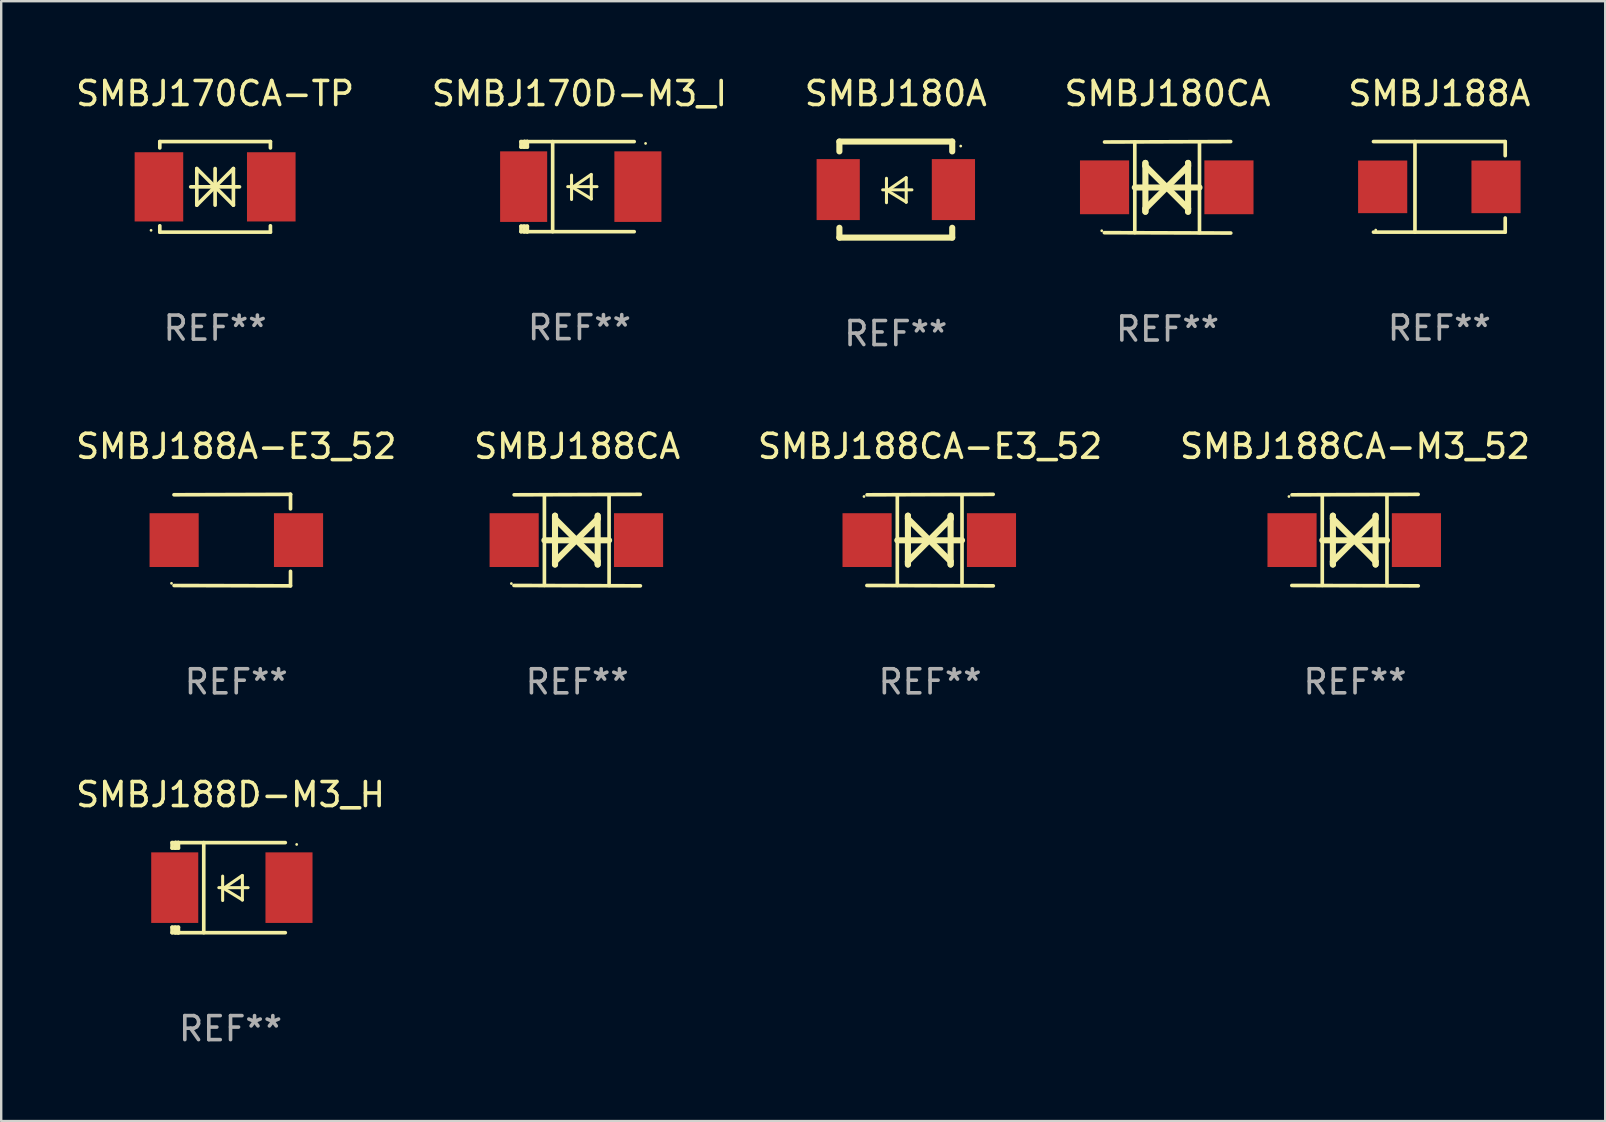
<source format=kicad_pcb>
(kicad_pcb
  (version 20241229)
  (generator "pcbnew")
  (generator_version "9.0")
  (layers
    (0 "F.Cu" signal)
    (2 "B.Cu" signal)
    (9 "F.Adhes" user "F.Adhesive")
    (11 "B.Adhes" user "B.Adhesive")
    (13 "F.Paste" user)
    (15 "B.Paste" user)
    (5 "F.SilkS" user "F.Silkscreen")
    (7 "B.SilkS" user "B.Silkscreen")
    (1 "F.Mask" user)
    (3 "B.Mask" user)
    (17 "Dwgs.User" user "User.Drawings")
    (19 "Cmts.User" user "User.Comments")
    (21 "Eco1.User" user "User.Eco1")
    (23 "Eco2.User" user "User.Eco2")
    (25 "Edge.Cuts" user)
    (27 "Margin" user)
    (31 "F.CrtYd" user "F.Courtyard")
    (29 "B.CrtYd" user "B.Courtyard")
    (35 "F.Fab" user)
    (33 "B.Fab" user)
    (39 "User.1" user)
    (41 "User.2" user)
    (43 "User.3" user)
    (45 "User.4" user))
  (footprint "SMBJ180CA"
    (layer "F.Cu")
    (at 45.589 4.753)
    (property "Reference" "SMBJ180CA" (at 0 -3.905 0) (layer "F.SilkS") (effects (font (size 1 1) (thickness 0.15))))
    (attr through_hole)
    (fp_line (start -1.365 1.886) (end -1.365 -1.886) (stroke (width 0.152) (type solid)) (layer "F.SilkS"))
    (fp_line (start -1.365 0.008) (end 1.33 0.008) (stroke (width 0.254) (type solid)) (layer "F.SilkS"))
    (fp_line (start -0.923 -1.016) (end -0.923 1.016) (stroke (width 0.254) (type solid)) (layer "F.SilkS"))
    (fp_line (start -0.923 -0.889) (end -0.923 -1.016) (stroke (width 0.254) (type solid)) (layer "F.SilkS"))
    (fp_line (start -0.923 0.889) (end -0.034 0) (stroke (width 0.254) (type solid)) (layer "F.SilkS"))
    (fp_line (start -0.923 1.016) (end -0.923 0.889) (stroke (width 0.254) (type solid)) (layer "F.SilkS"))
    (fp_line (start -0.034 0) (end -0.923 -0.889) (stroke (width 0.254) (type solid)) (layer "F.SilkS"))
    (fp_line (start -0.034 0) (end 0.855 0.889) (stroke (width 0.254) (type solid)) (layer "F.SilkS"))
    (fp_line (start 0.855 -1.016) (end 0.855 -0.889) (stroke (width 0.254) (type solid)) (layer "F.SilkS"))
    (fp_line (start 0.855 -0.889) (end -0.034 0) (stroke (width 0.254) (type solid)) (layer "F.SilkS"))
    (fp_line (start 0.855 0.889) (end 0.855 1.016) (stroke (width 0.254) (type solid)) (layer "F.SilkS"))
    (fp_line (start 0.855 1.016) (end 0.855 -1.016) (stroke (width 0.254) (type solid)) (layer "F.SilkS"))
    (fp_line (start 1.33 1.886) (end 1.33 -1.886) (stroke (width 0.152) (type solid)) (layer "F.SilkS"))
    (fp_line (start 2.629 -1.905) (end -2.625 -1.887) (stroke (width 0.152) (type solid)) (layer "F.SilkS"))
    (fp_line (start 2.633 1.905) (end -2.633 1.89) (stroke (width 0.152) (type solid)) (layer "F.SilkS"))
    (fp_circle (center -2.741 1.81) (end -2.711 1.81) (stroke (width 0.06) (type solid)) (fill no) (layer "F.SilkS"))
    (fp_text user "REF**" (at 0 5.905 0) (layer "F.Fab") (effects (font (size 1 1) (thickness 0.15))))
    (pad "1" smd rect (at -2.625 0) (size 2.047 2.241) (layers "F.Cu" "F.Mask" "F.Paste"))
    (pad "2" smd rect (at 2.557 0) (size 2.047 2.241) (layers "F.Cu" "F.Mask" "F.Paste")))
  (footprint "SMBJ188A-E3_52"
    (layer "F.Cu")
    (at 6.792 19.45)
    (property "Reference" "SMBJ188A-E3_52" (at 0 -3.905 0) (layer "F.SilkS") (effects (font (size 1 1) (thickness 0.15))))
    (attr through_hole)
    (fp_line (start 2.256 -1.905) (end -2.594 -1.889) (stroke (width 0.152) (type solid)) (layer "F.SilkS"))
    (fp_line (start 2.256 -1.905) (end 2.26 -1.905) (stroke (width 0.152) (type solid)) (layer "F.SilkS"))
    (fp_line (start 2.26 -1.905) (end 2.26 -1.301) (stroke (width 0.152) (type solid)) (layer "F.SilkS"))
    (fp_line (start 2.26 1.301) (end 2.26 1.905) (stroke (width 0.152) (type solid)) (layer "F.SilkS"))
    (fp_line (start 2.26 1.905) (end -2.59 1.892) (stroke (width 0.152) (type solid)) (layer "F.SilkS"))
    (fp_circle (center -2.697 1.8) (end -2.667 1.8) (stroke (width 0.06) (type solid)) (fill no) (layer "F.SilkS"))
    (fp_text user "REF**" (at 0 5.905 0) (layer "F.Fab") (effects (font (size 1 1) (thickness 0.15))))
    (pad "1" smd rect (at -2.588 0) (size 2.047 2.241) (layers "F.Cu" "F.Mask" "F.Paste"))
    (pad "2" smd rect (at 2.594 0) (size 2.047 2.241) (layers "F.Cu" "F.Mask" "F.Paste")))
  (footprint "SMBJ188CA-E3_52"
    (layer "F.Cu")
    (at 35.696 19.45)
    (property "Reference" "SMBJ188CA-E3_52" (at 0 -3.905 0) (layer "F.SilkS") (effects (font (size 1 1) (thickness 0.15))))
    (attr through_hole)
    (fp_line (start -1.365 1.886) (end -1.365 -1.886) (stroke (width 0.152) (type solid)) (layer "F.SilkS"))
    (fp_line (start -1.365 0.008) (end 1.33 0.008) (stroke (width 0.254) (type solid)) (layer "F.SilkS"))
    (fp_line (start -0.923 -1.016) (end -0.923 1.016) (stroke (width 0.254) (type solid)) (layer "F.SilkS"))
    (fp_line (start -0.923 -0.889) (end -0.923 -1.016) (stroke (width 0.254) (type solid)) (layer "F.SilkS"))
    (fp_line (start -0.923 0.889) (end -0.034 0) (stroke (width 0.254) (type solid)) (layer "F.SilkS"))
    (fp_line (start -0.923 1.016) (end -0.923 0.889) (stroke (width 0.254) (type solid)) (layer "F.SilkS"))
    (fp_line (start -0.034 0) (end -0.923 -0.889) (stroke (width 0.254) (type solid)) (layer "F.SilkS"))
    (fp_line (start -0.034 0) (end 0.855 0.889) (stroke (width 0.254) (type solid)) (layer "F.SilkS"))
    (fp_line (start 0.855 -1.016) (end 0.855 -0.889) (stroke (width 0.254) (type solid)) (layer "F.SilkS"))
    (fp_line (start 0.855 -0.889) (end -0.034 0) (stroke (width 0.254) (type solid)) (layer "F.SilkS"))
    (fp_line (start 0.855 0.889) (end 0.855 1.016) (stroke (width 0.254) (type solid)) (layer "F.SilkS"))
    (fp_line (start 0.855 1.016) (end 0.855 -1.016) (stroke (width 0.254) (type solid)) (layer "F.SilkS"))
    (fp_line (start 1.33 1.886) (end 1.33 -1.886) (stroke (width 0.152) (type solid)) (layer "F.SilkS"))
    (fp_line (start 2.629 -1.905) (end -2.625 -1.887) (stroke (width 0.152) (type solid)) (layer "F.SilkS"))
    (fp_line (start 2.633 1.905) (end -2.633 1.89) (stroke (width 0.152) (type solid)) (layer "F.SilkS"))
    (fp_circle (center -2.753 -1.816) (end -2.723 -1.816) (stroke (width 0.06) (type solid)) (fill no) (layer "F.SilkS"))
    (fp_text user "REF**" (at 0 5.905 0) (layer "F.Fab") (effects (font (size 1 1) (thickness 0.15))))
    (pad "1" smd rect (at -2.625 0) (size 2.047 2.241) (layers "F.Cu" "F.Mask" "F.Paste"))
    (pad "2" smd rect (at 2.557 0) (size 2.047 2.241) (layers "F.Cu" "F.Mask" "F.Paste")))
  (footprint "SMBJ170D-M3_I"
    (layer "F.Cu")
    (at 21.089 4.725)
    (property "Reference" "SMBJ170D-M3_I" (at 0 -3.876 0) (layer "F.SilkS") (effects (font (size 1 1) (thickness 0.15))))
    (attr through_hole)
    (fp_line (start -2.435 1.65) (end -2.171 1.65) (stroke (width 0.152) (type solid)) (layer "F.SilkS"))
    (fp_line (start -2.435 1.876) (end -2.435 1.65) (stroke (width 0.152) (type solid)) (layer "F.SilkS"))
    (fp_line (start -2.435 -1.876) (end -2.171 -1.876) (stroke (width 0.152) (type solid)) (layer "F.SilkS"))
    (fp_line (start -2.435 -1.65) (end -2.435 -1.876) (stroke (width 0.152) (type solid)) (layer "F.SilkS"))
    (fp_line (start -2.305 -1.866) (end -2.295 -1.876) (stroke (width 0.152) (type solid)) (layer "F.SilkS"))
    (fp_line (start -2.305 -1.65) (end -2.305 -1.866) (stroke (width 0.152) (type solid)) (layer "F.SilkS"))
    (fp_line (start -2.305 1.876) (end -2.305 1.65) (stroke (width 0.152) (type solid)) (layer "F.SilkS"))
    (fp_line (start -2.295 -1.876) (end -2.295 -1.65) (stroke (width 0.152) (type solid)) (layer "F.SilkS"))
    (fp_line (start -2.171 1.876) (end -2.435 1.876) (stroke (width 0.152) (type solid)) (layer "F.SilkS"))
    (fp_line (start -2.171 -1.65) (end -2.435 -1.65) (stroke (width 0.152) (type solid)) (layer "F.SilkS"))
    (fp_line (start -2.171 -1.876) (end -2.295 -1.876) (stroke (width 0.152) (type solid)) (layer "F.SilkS"))
    (fp_line (start -2.171 -1.65) (end -2.171 -1.876) (stroke (width 0.152) (type solid)) (layer "F.SilkS"))
    (fp_line (start -2.171 1.876) (end -2.305 1.876) (stroke (width 0.152) (type solid)) (layer "F.SilkS"))
    (fp_line (start -2.171 1.876) (end -2.171 1.65) (stroke (width 0.152) (type solid)) (layer "F.SilkS"))
    (fp_line (start -1.116 1.876) (end -1.116 -1.876) (stroke (width 0.152) (type solid)) (layer "F.SilkS"))
    (fp_line (start -0.488 0.000102) (end 0.731 0.000102) (stroke (width 0.127) (type solid)) (layer "F.SilkS"))
    (fp_line (start -0.329 -0.48) (end -0.329 0.536) (stroke (width 0.127) (type solid)) (layer "F.SilkS"))
    (fp_line (start -0.29 0.03) (end 0.493 0.51) (stroke (width 0.127) (type solid)) (layer "F.SilkS"))
    (fp_line (start 0.493 -0.51) (end -0.29 0.03) (stroke (width 0.127) (type solid)) (layer "F.SilkS"))
    (fp_line (start 0.493 0.52) (end 0.493 -0.496) (stroke (width 0.127) (type solid)) (layer "F.SilkS"))
    (fp_line (start 2.281 -1.876) (end -2.171 -1.876) (stroke (width 0.152) (type solid)) (layer "F.SilkS"))
    (fp_line (start 2.281 1.876) (end -2.171 1.876) (stroke (width 0.152) (type solid)) (layer "F.SilkS"))
    (fp_circle (center 2.755 -1.8) (end 2.785 -1.8) (stroke (width 0.06) (type solid)) (fill no) (layer "F.SilkS"))
    (fp_text user "REF**" (at 0 5.876 0) (layer "F.Fab") (effects (font (size 1 1) (thickness 0.15))))
    (pad "1" smd rect (at 2.435 -0.000025 180) (size 1.96 2.94) (layers "F.Cu" "F.Mask" "F.Paste"))
    (pad "2" smd rect (at -2.325 -0.000025 180) (size 1.96 2.94) (layers "F.Cu" "F.Mask" "F.Paste")))
  (footprint "SMBJ188A"
    (layer "F.Cu")
    (at 56.911 4.734)
    (property "Reference" "SMBJ188A" (at 0 -3.886 0) (layer "F.SilkS") (effects (font (size 1 1) (thickness 0.15))))
    (attr through_hole)
    (fp_line (start -2.744 -1.886) (end 2.744 -1.886) (stroke (width 0.152) (type solid)) (layer "F.SilkS"))
    (fp_line (start -2.744 1.886) (end 2.744 1.886) (stroke (width 0.152) (type solid)) (layer "F.SilkS"))
    (fp_line (start -1.016 -1.886) (end -1.016 1.886) (stroke (width 0.152) (type solid)) (layer "F.SilkS"))
    (fp_line (start 2.744 -1.886) (end 2.744 -1.299) (stroke (width 0.152) (type solid)) (layer "F.SilkS"))
    (fp_line (start 2.744 1.886) (end 2.744 1.299) (stroke (width 0.152) (type solid)) (layer "F.SilkS"))
    (fp_circle (center -2.65 1.8) (end -2.62 1.8) (stroke (width 0.06) (type solid)) (fill no) (layer "F.SilkS"))
    (fp_text user "REF**" (at 0 5.886 0) (layer "F.Fab") (effects (font (size 1 1) (thickness 0.15))))
    (pad "1" smd rect (at -2.361 0) (size 2.047 2.192) (layers "F.Cu" "F.Mask" "F.Paste"))
    (pad "2" smd rect (at 2.361 0) (size 2.047 2.192) (layers "F.Cu" "F.Mask" "F.Paste")))
  (footprint "SMBJ188D-M3_H"
    (layer "F.Cu")
    (at 6.554 33.928)
    (property "Reference" "SMBJ188D-M3_H" (at 0 -3.876 0) (layer "F.SilkS") (effects (font (size 1 1) (thickness 0.15))))
    (attr through_hole)
    (fp_line (start -2.435 1.65) (end -2.171 1.65) (stroke (width 0.152) (type solid)) (layer "F.SilkS"))
    (fp_line (start -2.435 1.876) (end -2.435 1.65) (stroke (width 0.152) (type solid)) (layer "F.SilkS"))
    (fp_line (start -2.435 -1.876) (end -2.171 -1.876) (stroke (width 0.152) (type solid)) (layer "F.SilkS"))
    (fp_line (start -2.435 -1.65) (end -2.435 -1.876) (stroke (width 0.152) (type solid)) (layer "F.SilkS"))
    (fp_line (start -2.305 -1.866) (end -2.295 -1.876) (stroke (width 0.152) (type solid)) (layer "F.SilkS"))
    (fp_line (start -2.305 -1.65) (end -2.305 -1.866) (stroke (width 0.152) (type solid)) (layer "F.SilkS"))
    (fp_line (start -2.305 1.876) (end -2.305 1.65) (stroke (width 0.152) (type solid)) (layer "F.SilkS"))
    (fp_line (start -2.295 -1.876) (end -2.295 -1.65) (stroke (width 0.152) (type solid)) (layer "F.SilkS"))
    (fp_line (start -2.171 1.876) (end -2.435 1.876) (stroke (width 0.152) (type solid)) (layer "F.SilkS"))
    (fp_line (start -2.171 -1.65) (end -2.435 -1.65) (stroke (width 0.152) (type solid)) (layer "F.SilkS"))
    (fp_line (start -2.171 -1.876) (end -2.295 -1.876) (stroke (width 0.152) (type solid)) (layer "F.SilkS"))
    (fp_line (start -2.171 -1.65) (end -2.171 -1.876) (stroke (width 0.152) (type solid)) (layer "F.SilkS"))
    (fp_line (start -2.171 1.876) (end -2.305 1.876) (stroke (width 0.152) (type solid)) (layer "F.SilkS"))
    (fp_line (start -2.171 1.876) (end -2.171 1.65) (stroke (width 0.152) (type solid)) (layer "F.SilkS"))
    (fp_line (start -1.116 1.876) (end -1.116 -1.876) (stroke (width 0.152) (type solid)) (layer "F.SilkS"))
    (fp_line (start -0.488 0.000102) (end 0.731 0.000102) (stroke (width 0.127) (type solid)) (layer "F.SilkS"))
    (fp_line (start -0.329 -0.48) (end -0.329 0.536) (stroke (width 0.127) (type solid)) (layer "F.SilkS"))
    (fp_line (start -0.29 0.03) (end 0.493 0.51) (stroke (width 0.127) (type solid)) (layer "F.SilkS"))
    (fp_line (start 0.493 -0.51) (end -0.29 0.03) (stroke (width 0.127) (type solid)) (layer "F.SilkS"))
    (fp_line (start 0.493 0.52) (end 0.493 -0.496) (stroke (width 0.127) (type solid)) (layer "F.SilkS"))
    (fp_line (start 2.281 -1.876) (end -2.171 -1.876) (stroke (width 0.152) (type solid)) (layer "F.SilkS"))
    (fp_line (start 2.281 1.876) (end -2.171 1.876) (stroke (width 0.152) (type solid)) (layer "F.SilkS"))
    (fp_circle (center 2.755 -1.8) (end 2.785 -1.8) (stroke (width 0.06) (type solid)) (fill no) (layer "F.SilkS"))
    (fp_text user "REF**" (at 0 5.876 0) (layer "F.Fab") (effects (font (size 1 1) (thickness 0.15))))
    (pad "1" smd rect (at 2.435 -0.000025 180) (size 1.96 2.94) (layers "F.Cu" "F.Mask" "F.Paste"))
    (pad "2" smd rect (at -2.325 -0.000025 180) (size 1.96 2.94) (layers "F.Cu" "F.Mask" "F.Paste")))
  (footprint "SMBJ170CA-TP"
    (layer "F.Cu")
    (at 5.911 4.734)
    (property "Reference" "SMBJ170CA-TP" (at 0 -3.886 0) (layer "F.SilkS") (effects (font (size 1 1) (thickness 0.15))))
    (attr through_hole)
    (fp_line (start -2.304 -1.886) (end -2.304 -1.622) (stroke (width 0.152) (type solid)) (layer "F.SilkS"))
    (fp_line (start -2.304 -1.886) (end 2.304 -1.886) (stroke (width 0.152) (type solid)) (layer "F.SilkS"))
    (fp_line (start -2.304 1.622) (end -2.304 1.886) (stroke (width 0.152) (type solid)) (layer "F.SilkS"))
    (fp_line (start -2.304 1.886) (end 2.304 1.886) (stroke (width 0.152) (type solid)) (layer "F.SilkS"))
    (fp_line (start -1.016 0) (end 1.016 0) (stroke (width 0.152) (type solid)) (layer "F.SilkS"))
    (fp_line (start -0.762 -0.762) (end -0.762 0.762) (stroke (width 0.152) (type solid)) (layer "F.SilkS"))
    (fp_line (start -0.762 0.762) (end 0 0) (stroke (width 0.152) (type solid)) (layer "F.SilkS"))
    (fp_line (start 0 -0.762) (end 0 0.762) (stroke (width 0.152) (type solid)) (layer "F.SilkS"))
    (fp_line (start 0 0) (end -0.762 -0.762) (stroke (width 0.152) (type solid)) (layer "F.SilkS"))
    (fp_line (start 0 0) (end 0.762 0.762) (stroke (width 0.152) (type solid)) (layer "F.SilkS"))
    (fp_line (start 0.762 -0.762) (end 0 0) (stroke (width 0.152) (type solid)) (layer "F.SilkS"))
    (fp_line (start 0.762 0.762) (end 0.762 -0.762) (stroke (width 0.152) (type solid)) (layer "F.SilkS"))
    (fp_line (start 2.304 -1.886) (end 2.304 -1.622) (stroke (width 0.152) (type solid)) (layer "F.SilkS"))
    (fp_line (start 2.304 1.622) (end 2.304 1.886) (stroke (width 0.152) (type solid)) (layer "F.SilkS"))
    (fp_circle (center -2.668 1.81) (end -2.638 1.81) (stroke (width 0.06) (type solid)) (fill no) (layer "F.SilkS"))
    (fp_text user "REF**" (at 0 5.886 0) (layer "F.Fab") (effects (font (size 1 1) (thickness 0.15))))
    (pad "1" smd rect (at -2.34 0) (size 2.024 2.884) (layers "F.Cu" "F.Mask" "F.Paste"))
    (pad "2" smd rect (at 2.34 0) (size 2.024 2.884) (layers "F.Cu" "F.Mask" "F.Paste")))
  (footprint "SMBJ188CA-M3_52"
    (layer "F.Cu")
    (at 53.399 19.45)
    (property "Reference" "SMBJ188CA-M3_52" (at 0 -3.905 0) (layer "F.SilkS") (effects (font (size 1 1) (thickness 0.15))))
    (attr through_hole)
    (fp_line (start -1.365 1.886) (end -1.365 -1.886) (stroke (width 0.152) (type solid)) (layer "F.SilkS"))
    (fp_line (start -1.365 0.008) (end 1.33 0.008) (stroke (width 0.254) (type solid)) (layer "F.SilkS"))
    (fp_line (start -0.923 -1.016) (end -0.923 1.016) (stroke (width 0.254) (type solid)) (layer "F.SilkS"))
    (fp_line (start -0.923 -0.889) (end -0.923 -1.016) (stroke (width 0.254) (type solid)) (layer "F.SilkS"))
    (fp_line (start -0.923 0.889) (end -0.034 0) (stroke (width 0.254) (type solid)) (layer "F.SilkS"))
    (fp_line (start -0.923 1.016) (end -0.923 0.889) (stroke (width 0.254) (type solid)) (layer "F.SilkS"))
    (fp_line (start -0.034 0) (end -0.923 -0.889) (stroke (width 0.254) (type solid)) (layer "F.SilkS"))
    (fp_line (start -0.034 0) (end 0.855 0.889) (stroke (width 0.254) (type solid)) (layer "F.SilkS"))
    (fp_line (start 0.855 -1.016) (end 0.855 -0.889) (stroke (width 0.254) (type solid)) (layer "F.SilkS"))
    (fp_line (start 0.855 -0.889) (end -0.034 0) (stroke (width 0.254) (type solid)) (layer "F.SilkS"))
    (fp_line (start 0.855 0.889) (end 0.855 1.016) (stroke (width 0.254) (type solid)) (layer "F.SilkS"))
    (fp_line (start 0.855 1.016) (end 0.855 -1.016) (stroke (width 0.254) (type solid)) (layer "F.SilkS"))
    (fp_line (start 1.33 1.886) (end 1.33 -1.886) (stroke (width 0.152) (type solid)) (layer "F.SilkS"))
    (fp_line (start 2.629 -1.905) (end -2.625 -1.887) (stroke (width 0.152) (type solid)) (layer "F.SilkS"))
    (fp_line (start 2.633 1.905) (end -2.633 1.89) (stroke (width 0.152) (type solid)) (layer "F.SilkS"))
    (fp_circle (center -2.753 -1.816) (end -2.723 -1.816) (stroke (width 0.06) (type solid)) (fill no) (layer "F.SilkS"))
    (fp_text user "REF**" (at 0 5.905 0) (layer "F.Fab") (effects (font (size 1 1) (thickness 0.15))))
    (pad "1" smd rect (at -2.625 0) (size 2.047 2.241) (layers "F.Cu" "F.Mask" "F.Paste"))
    (pad "2" smd rect (at 2.557 0) (size 2.047 2.241) (layers "F.Cu" "F.Mask" "F.Paste")))
  (footprint "SMBJ188CA"
    (layer "F.Cu")
    (at 20.994 19.45)
    (property "Reference" "SMBJ188CA" (at 0 -3.905 0) (layer "F.SilkS") (effects (font (size 1 1) (thickness 0.15))))
    (attr through_hole)
    (fp_line (start -1.365 1.886) (end -1.365 -1.886) (stroke (width 0.152) (type solid)) (layer "F.SilkS"))
    (fp_line (start -1.365 0.008) (end 1.33 0.008) (stroke (width 0.254) (type solid)) (layer "F.SilkS"))
    (fp_line (start -0.923 -1.016) (end -0.923 1.016) (stroke (width 0.254) (type solid)) (layer "F.SilkS"))
    (fp_line (start -0.923 -0.889) (end -0.923 -1.016) (stroke (width 0.254) (type solid)) (layer "F.SilkS"))
    (fp_line (start -0.923 0.889) (end -0.034 0) (stroke (width 0.254) (type solid)) (layer "F.SilkS"))
    (fp_line (start -0.923 1.016) (end -0.923 0.889) (stroke (width 0.254) (type solid)) (layer "F.SilkS"))
    (fp_line (start -0.034 0) (end -0.923 -0.889) (stroke (width 0.254) (type solid)) (layer "F.SilkS"))
    (fp_line (start -0.034 0) (end 0.855 0.889) (stroke (width 0.254) (type solid)) (layer "F.SilkS"))
    (fp_line (start 0.855 -1.016) (end 0.855 -0.889) (stroke (width 0.254) (type solid)) (layer "F.SilkS"))
    (fp_line (start 0.855 -0.889) (end -0.034 0) (stroke (width 0.254) (type solid)) (layer "F.SilkS"))
    (fp_line (start 0.855 0.889) (end 0.855 1.016) (stroke (width 0.254) (type solid)) (layer "F.SilkS"))
    (fp_line (start 0.855 1.016) (end 0.855 -1.016) (stroke (width 0.254) (type solid)) (layer "F.SilkS"))
    (fp_line (start 1.33 1.886) (end 1.33 -1.886) (stroke (width 0.152) (type solid)) (layer "F.SilkS"))
    (fp_line (start 2.629 -1.905) (end -2.625 -1.887) (stroke (width 0.152) (type solid)) (layer "F.SilkS"))
    (fp_line (start 2.633 1.905) (end -2.633 1.89) (stroke (width 0.152) (type solid)) (layer "F.SilkS"))
    (fp_circle (center -2.741 1.81) (end -2.711 1.81) (stroke (width 0.06) (type solid)) (fill no) (layer "F.SilkS"))
    (fp_text user "REF**" (at 0 5.905 0) (layer "F.Fab") (effects (font (size 1 1) (thickness 0.15))))
    (pad "1" smd rect (at -2.625 0) (size 2.047 2.241) (layers "F.Cu" "F.Mask" "F.Paste"))
    (pad "2" smd rect (at 2.557 0) (size 2.047 2.241) (layers "F.Cu" "F.Mask" "F.Paste")))
  (footprint "SMBJ180A"
    (layer "F.Cu")
    (at 34.268 4.848)
    (property "Reference" "SMBJ180A" (at 0 -4 0) (layer "F.SilkS") (effects (font (size 1 1) (thickness 0.15))))
    (attr through_hole)
    (fp_line (start -2.35 -2) (end -2.35 -1.591) (stroke (width 0.254) (type solid)) (layer "F.SilkS"))
    (fp_line (start -2.35 -2) (end 2.35 -2) (stroke (width 0.254) (type solid)) (layer "F.SilkS"))
    (fp_line (start -2.35 1.591) (end -2.35 2) (stroke (width 0.254) (type solid)) (layer "F.SilkS"))
    (fp_line (start -2.35 2) (end 2.35 2) (stroke (width 0.254) (type solid)) (layer "F.SilkS"))
    (fp_line (start -0.548 0.01) (end 0.671 0.01) (stroke (width 0.127) (type solid)) (layer "F.SilkS"))
    (fp_line (start -0.389 -0.47) (end -0.389 0.546) (stroke (width 0.127) (type solid)) (layer "F.SilkS"))
    (fp_line (start -0.35 0.04) (end 0.433 0.52) (stroke (width 0.127) (type solid)) (layer "F.SilkS"))
    (fp_line (start 0.433 -0.5) (end -0.35 0.04) (stroke (width 0.127) (type solid)) (layer "F.SilkS"))
    (fp_line (start 0.433 0.53) (end 0.433 -0.486) (stroke (width 0.127) (type solid)) (layer "F.SilkS"))
    (fp_line (start 2.35 -2) (end 2.35 -1.591) (stroke (width 0.254) (type solid)) (layer "F.SilkS"))
    (fp_line (start 2.35 1.591) (end 2.35 2) (stroke (width 0.254) (type solid)) (layer "F.SilkS"))
    (fp_circle (center 2.704 -1.813) (end 2.734 -1.813) (stroke (width 0.06) (type solid)) (fill no) (layer "F.SilkS"))
    (fp_text user "REF**" (at 0 6 0) (layer "F.Fab") (effects (font (size 1 1) (thickness 0.15))))
    (pad "1" smd rect (at 2.4 0) (size 1.8 2.54) (layers "F.Cu" "F.Mask" "F.Paste"))
    (pad "2" smd rect (at -2.4 0) (size 1.8 2.54) (layers "F.Cu" "F.Mask" "F.Paste")))
  (gr_rect
    (start -3 -3)
    (end 63.821 43.652)
    (stroke (width 0.1) (type default))
    (fill no)
    (layer "Edge.Cuts")))
</source>
